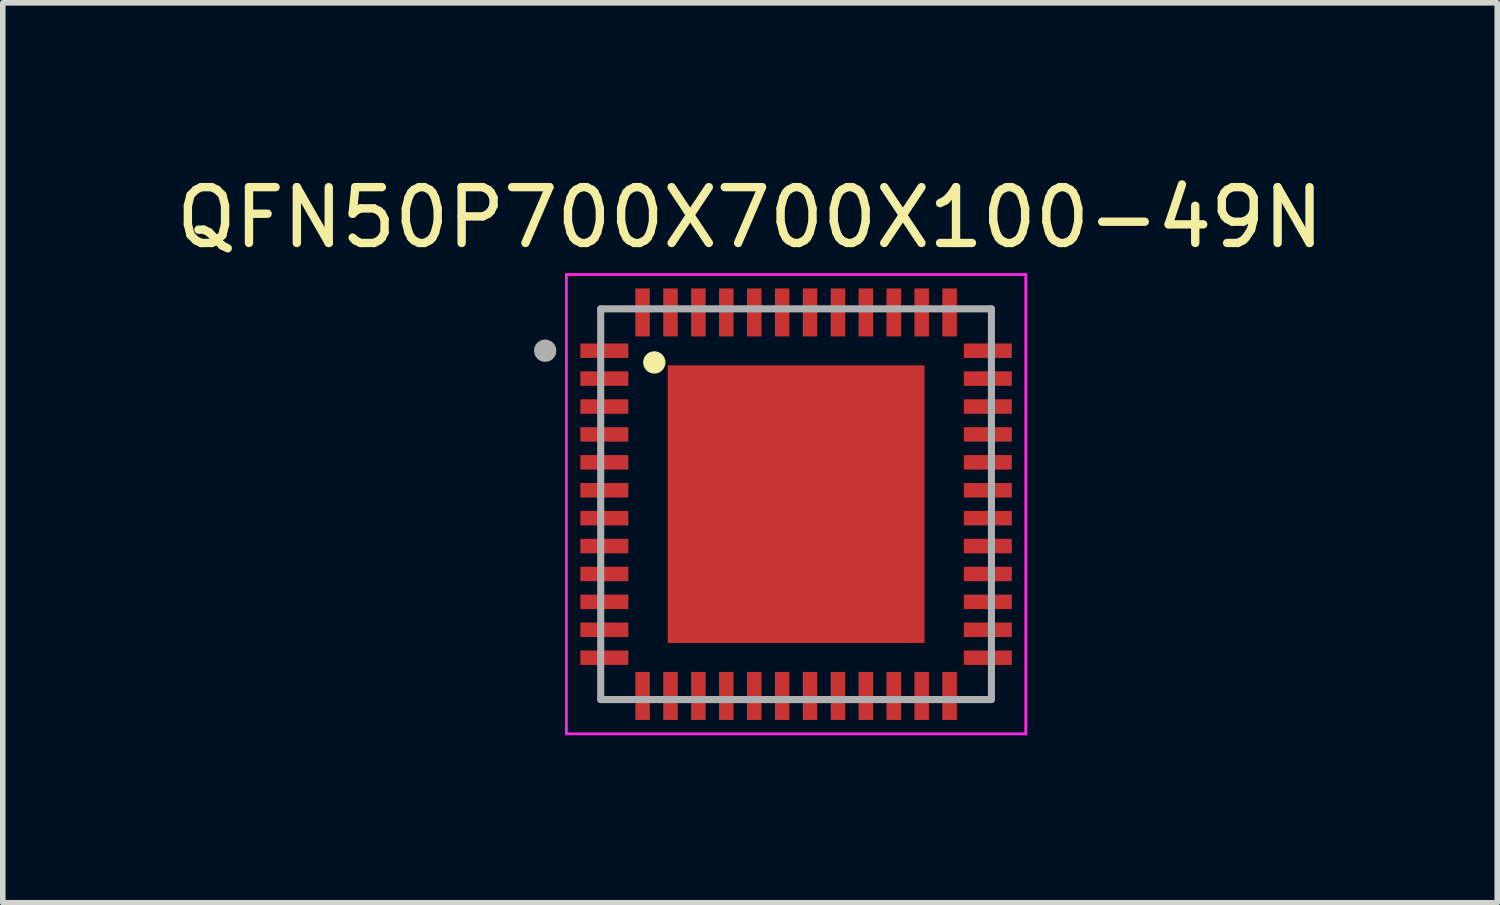
<source format=kicad_pcb>
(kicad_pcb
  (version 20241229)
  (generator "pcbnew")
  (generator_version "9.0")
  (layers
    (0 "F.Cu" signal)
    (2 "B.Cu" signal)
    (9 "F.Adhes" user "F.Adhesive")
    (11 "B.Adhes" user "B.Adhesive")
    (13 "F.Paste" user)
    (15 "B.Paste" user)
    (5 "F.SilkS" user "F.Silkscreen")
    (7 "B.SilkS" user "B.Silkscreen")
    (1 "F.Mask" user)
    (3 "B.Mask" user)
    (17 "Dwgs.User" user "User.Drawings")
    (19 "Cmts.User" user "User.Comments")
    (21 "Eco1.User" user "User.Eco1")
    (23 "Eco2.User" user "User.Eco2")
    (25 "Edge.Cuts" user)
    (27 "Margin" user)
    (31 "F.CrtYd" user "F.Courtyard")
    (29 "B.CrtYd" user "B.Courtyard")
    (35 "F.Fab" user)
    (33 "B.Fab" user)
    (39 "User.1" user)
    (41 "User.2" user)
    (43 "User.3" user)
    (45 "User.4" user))
  (footprint "QFN50P700X700X100-49N"
    (layer "F.Cu")
    (at 11.212 5.983)
    (property "Reference" "QFN50P700X700X100-49N" (at -0.825 -5.135 0) (layer "F.SilkS") (effects (font (size 1 1) (thickness 0.15))))
    (attr smd)
    (fp_circle (center -2.54 -2.54) (end -2.44 -2.54) (stroke (width 0.2) (type solid)) (fill no) (layer "F.SilkS"))
    (fp_poly (pts (xy -1.88 -2.033) (xy -0.42 -2.033) (xy -0.42 -0.453) (xy -1.88 -0.453)) (stroke (width 0.01) (type solid)) (fill yes) (layer "F.Paste"))
    (fp_poly (pts (xy -1.88 0.458) (xy -0.42 0.458) (xy -0.42 2.038) (xy -1.88 2.038)) (stroke (width 0.01) (type solid)) (fill yes) (layer "F.Paste"))
    (fp_poly (pts (xy 0.42 -2.033) (xy 1.88 -2.033) (xy 1.88 -0.453) (xy 0.42 -0.453)) (stroke (width 0.01) (type solid)) (fill yes) (layer "F.Paste"))
    (fp_poly (pts (xy 0.42 0.458) (xy 1.88 0.458) (xy 1.88 2.038) (xy 0.42 2.038)) (stroke (width 0.01) (type solid)) (fill yes) (layer "F.Paste"))
    (fp_line (start -4.115 -4.115) (end 4.115 -4.115) (stroke (width 0.05) (type solid)) (layer "F.CrtYd"))
    (fp_line (start -4.115 4.115) (end -4.115 -4.115) (stroke (width 0.05) (type solid)) (layer "F.CrtYd"))
    (fp_line (start -4.115 4.115) (end 4.115 4.115) (stroke (width 0.05) (type solid)) (layer "F.CrtYd"))
    (fp_line (start 4.115 4.115) (end 4.115 -4.115) (stroke (width 0.05) (type solid)) (layer "F.CrtYd"))
    (fp_line (start -3.5 3.5) (end -3.5 -3.5) (stroke (width 0.127) (type solid)) (layer "F.Fab"))
    (fp_line (start 3.5 -3.5) (end -3.5 -3.5) (stroke (width 0.127) (type solid)) (layer "F.Fab"))
    (fp_line (start 3.5 3.5) (end -3.5 3.5) (stroke (width 0.127) (type solid)) (layer "F.Fab"))
    (fp_line (start 3.5 3.5) (end 3.5 -3.5) (stroke (width 0.127) (type solid)) (layer "F.Fab"))
    (fp_circle (center -4.495 -2.75) (end -4.395 -2.75) (stroke (width 0.2) (type solid)) (fill no) (layer "F.Fab"))
    (pad "1" smd roundrect (at -3.435 -2.75) (size 0.86 0.26) (layers "F.Cu" "F.Mask" "F.Paste") (roundrect_rratio 0.03))
    (pad "2" smd roundrect (at -3.435 -2.25) (size 0.86 0.26) (layers "F.Cu" "F.Mask" "F.Paste") (roundrect_rratio 0.03))
    (pad "3" smd roundrect (at -3.435 -1.75) (size 0.86 0.26) (layers "F.Cu" "F.Mask" "F.Paste") (roundrect_rratio 0.03))
    (pad "4" smd roundrect (at -3.435 -1.25) (size 0.86 0.26) (layers "F.Cu" "F.Mask" "F.Paste") (roundrect_rratio 0.03))
    (pad "5" smd roundrect (at -3.435 -0.75) (size 0.86 0.26) (layers "F.Cu" "F.Mask" "F.Paste") (roundrect_rratio 0.03))
    (pad "6" smd roundrect (at -3.435 -0.25) (size 0.86 0.26) (layers "F.Cu" "F.Mask" "F.Paste") (roundrect_rratio 0.03))
    (pad "7" smd roundrect (at -3.435 0.25) (size 0.86 0.26) (layers "F.Cu" "F.Mask" "F.Paste") (roundrect_rratio 0.03))
    (pad "8" smd roundrect (at -3.435 0.75) (size 0.86 0.26) (layers "F.Cu" "F.Mask" "F.Paste") (roundrect_rratio 0.03))
    (pad "9" smd roundrect (at -3.435 1.25) (size 0.86 0.26) (layers "F.Cu" "F.Mask" "F.Paste") (roundrect_rratio 0.03))
    (pad "10" smd roundrect (at -3.435 1.75) (size 0.86 0.26) (layers "F.Cu" "F.Mask" "F.Paste") (roundrect_rratio 0.03))
    (pad "11" smd roundrect (at -3.435 2.25) (size 0.86 0.26) (layers "F.Cu" "F.Mask" "F.Paste") (roundrect_rratio 0.03))
    (pad "12" smd roundrect (at -3.435 2.75) (size 0.86 0.26) (layers "F.Cu" "F.Mask" "F.Paste") (roundrect_rratio 0.03))
    (pad "13" smd roundrect (at -2.75 3.435 90) (size 0.86 0.26) (layers "F.Cu" "F.Mask" "F.Paste") (roundrect_rratio 0.03))
    (pad "14" smd roundrect (at -2.25 3.435 90) (size 0.86 0.26) (layers "F.Cu" "F.Mask" "F.Paste") (roundrect_rratio 0.03))
    (pad "15" smd roundrect (at -1.75 3.435 90) (size 0.86 0.26) (layers "F.Cu" "F.Mask" "F.Paste") (roundrect_rratio 0.03))
    (pad "16" smd roundrect (at -1.25 3.435 90) (size 0.86 0.26) (layers "F.Cu" "F.Mask" "F.Paste") (roundrect_rratio 0.03))
    (pad "17" smd roundrect (at -0.75 3.435 90) (size 0.86 0.26) (layers "F.Cu" "F.Mask" "F.Paste") (roundrect_rratio 0.03))
    (pad "18" smd roundrect (at -0.25 3.435 90) (size 0.86 0.26) (layers "F.Cu" "F.Mask" "F.Paste") (roundrect_rratio 0.03))
    (pad "19" smd roundrect (at 0.25 3.435 90) (size 0.86 0.26) (layers "F.Cu" "F.Mask" "F.Paste") (roundrect_rratio 0.03))
    (pad "20" smd roundrect (at 0.75 3.435 90) (size 0.86 0.26) (layers "F.Cu" "F.Mask" "F.Paste") (roundrect_rratio 0.03))
    (pad "21" smd roundrect (at 1.25 3.435 90) (size 0.86 0.26) (layers "F.Cu" "F.Mask" "F.Paste") (roundrect_rratio 0.03))
    (pad "22" smd roundrect (at 1.75 3.435 90) (size 0.86 0.26) (layers "F.Cu" "F.Mask" "F.Paste") (roundrect_rratio 0.03))
    (pad "23" smd roundrect (at 2.25 3.435 90) (size 0.86 0.26) (layers "F.Cu" "F.Mask" "F.Paste") (roundrect_rratio 0.03))
    (pad "24" smd roundrect (at 2.75 3.435 90) (size 0.86 0.26) (layers "F.Cu" "F.Mask" "F.Paste") (roundrect_rratio 0.03))
    (pad "25" smd roundrect (at 3.435 2.75) (size 0.86 0.26) (layers "F.Cu" "F.Mask" "F.Paste") (roundrect_rratio 0.03))
    (pad "26" smd roundrect (at 3.435 2.25) (size 0.86 0.26) (layers "F.Cu" "F.Mask" "F.Paste") (roundrect_rratio 0.03))
    (pad "27" smd roundrect (at 3.435 1.75) (size 0.86 0.26) (layers "F.Cu" "F.Mask" "F.Paste") (roundrect_rratio 0.03))
    (pad "28" smd roundrect (at 3.435 1.25) (size 0.86 0.26) (layers "F.Cu" "F.Mask" "F.Paste") (roundrect_rratio 0.03))
    (pad "29" smd roundrect (at 3.435 0.75) (size 0.86 0.26) (layers "F.Cu" "F.Mask" "F.Paste") (roundrect_rratio 0.03))
    (pad "30" smd roundrect (at 3.435 0.25) (size 0.86 0.26) (layers "F.Cu" "F.Mask" "F.Paste") (roundrect_rratio 0.03))
    (pad "31" smd roundrect (at 3.435 -0.25) (size 0.86 0.26) (layers "F.Cu" "F.Mask" "F.Paste") (roundrect_rratio 0.03))
    (pad "32" smd roundrect (at 3.435 -0.75) (size 0.86 0.26) (layers "F.Cu" "F.Mask" "F.Paste") (roundrect_rratio 0.03))
    (pad "33" smd roundrect (at 3.435 -1.25) (size 0.86 0.26) (layers "F.Cu" "F.Mask" "F.Paste") (roundrect_rratio 0.03))
    (pad "34" smd roundrect (at 3.435 -1.75) (size 0.86 0.26) (layers "F.Cu" "F.Mask" "F.Paste") (roundrect_rratio 0.03))
    (pad "35" smd roundrect (at 3.435 -2.25) (size 0.86 0.26) (layers "F.Cu" "F.Mask" "F.Paste") (roundrect_rratio 0.03))
    (pad "36" smd roundrect (at 3.435 -2.75) (size 0.86 0.26) (layers "F.Cu" "F.Mask" "F.Paste") (roundrect_rratio 0.03))
    (pad "37" smd roundrect (at 2.75 -3.435 90) (size 0.86 0.26) (layers "F.Cu" "F.Mask" "F.Paste") (roundrect_rratio 0.03))
    (pad "38" smd roundrect (at 2.25 -3.435 90) (size 0.86 0.26) (layers "F.Cu" "F.Mask" "F.Paste") (roundrect_rratio 0.03))
    (pad "39" smd roundrect (at 1.75 -3.435 90) (size 0.86 0.26) (layers "F.Cu" "F.Mask" "F.Paste") (roundrect_rratio 0.03))
    (pad "40" smd roundrect (at 1.25 -3.435 90) (size 0.86 0.26) (layers "F.Cu" "F.Mask" "F.Paste") (roundrect_rratio 0.03))
    (pad "41" smd roundrect (at 0.75 -3.435 90) (size 0.86 0.26) (layers "F.Cu" "F.Mask" "F.Paste") (roundrect_rratio 0.03))
    (pad "42" smd roundrect (at 0.25 -3.435 90) (size 0.86 0.26) (layers "F.Cu" "F.Mask" "F.Paste") (roundrect_rratio 0.03))
    (pad "43" smd roundrect (at -0.25 -3.435 90) (size 0.86 0.26) (layers "F.Cu" "F.Mask" "F.Paste") (roundrect_rratio 0.03))
    (pad "44" smd roundrect (at -0.75 -3.435 90) (size 0.86 0.26) (layers "F.Cu" "F.Mask" "F.Paste") (roundrect_rratio 0.03))
    (pad "45" smd roundrect (at -1.25 -3.435 90) (size 0.86 0.26) (layers "F.Cu" "F.Mask" "F.Paste") (roundrect_rratio 0.03))
    (pad "46" smd roundrect (at -1.75 -3.435 90) (size 0.86 0.26) (layers "F.Cu" "F.Mask" "F.Paste") (roundrect_rratio 0.03))
    (pad "47" smd roundrect (at -2.25 -3.435 90) (size 0.86 0.26) (layers "F.Cu" "F.Mask" "F.Paste") (roundrect_rratio 0.03))
    (pad "48" smd roundrect (at -2.75 -3.435 90) (size 0.86 0.26) (layers "F.Cu" "F.Mask" "F.Paste") (roundrect_rratio 0.03))
    (pad "49" smd rect (at 0 0) (size 4.6 4.975) (layers "F.Cu" "F.Mask")))
  (gr_rect
    (start -3 -3)
    (end 23.774 13.123)
    (stroke (width 0.1) (type default))
    (fill no)
    (layer "Edge.Cuts")))
</source>
